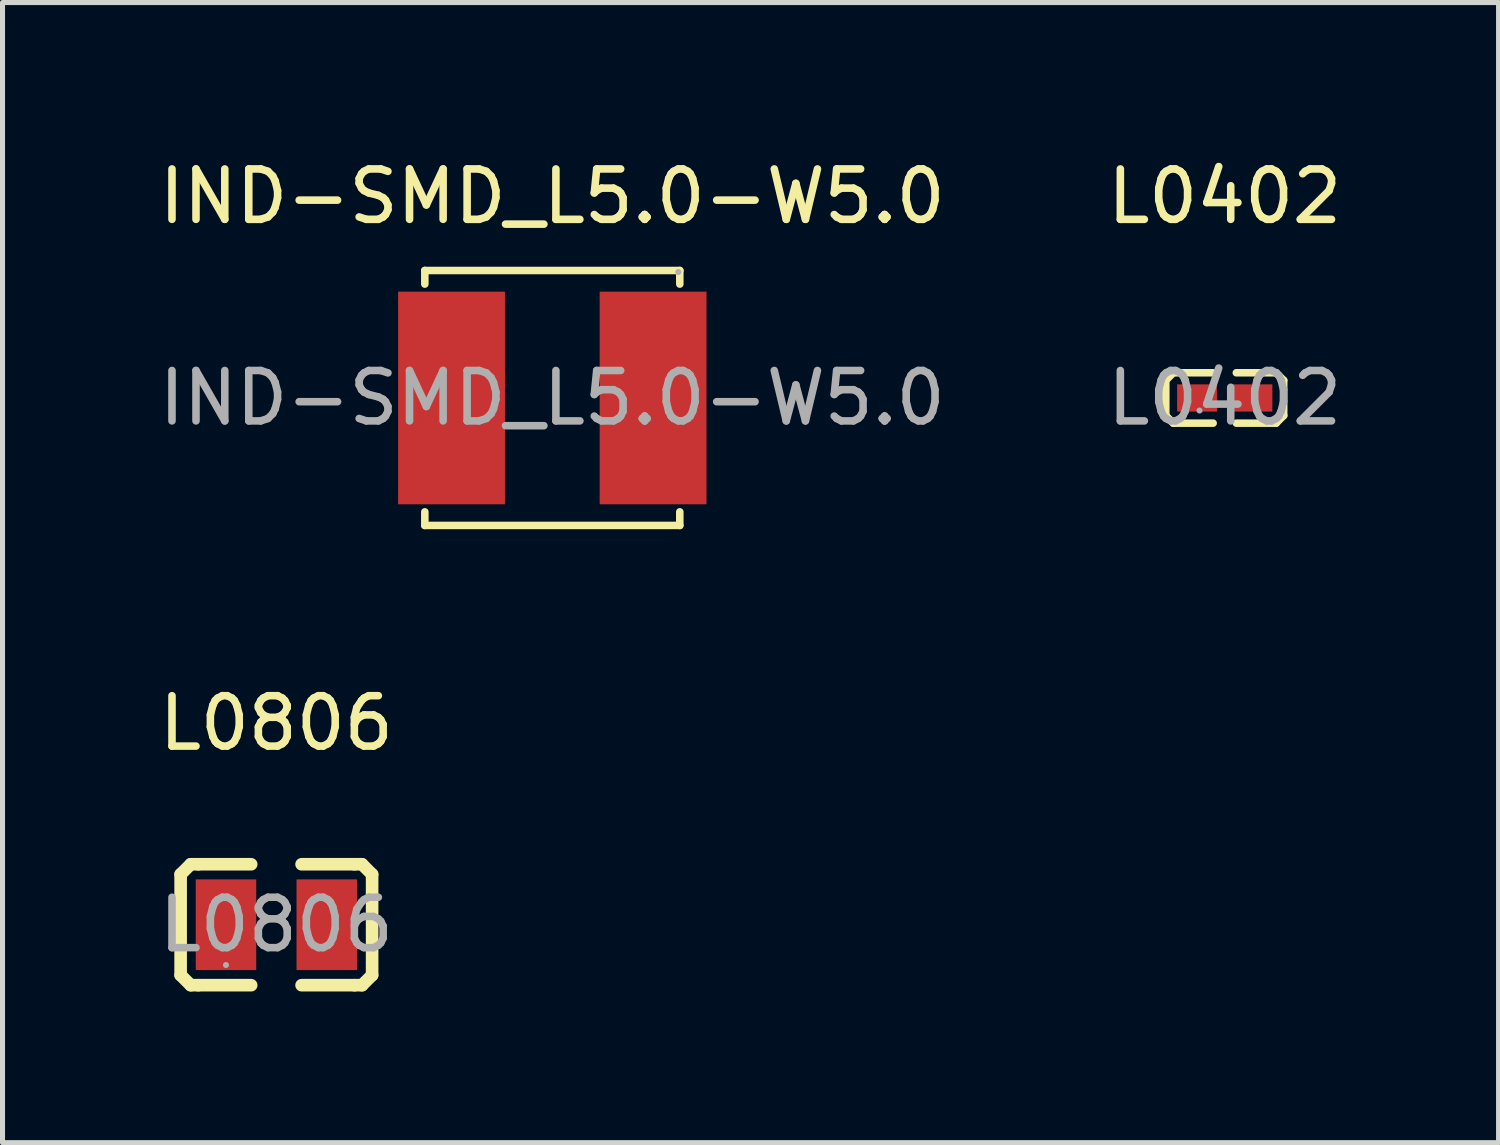
<source format=kicad_pcb>
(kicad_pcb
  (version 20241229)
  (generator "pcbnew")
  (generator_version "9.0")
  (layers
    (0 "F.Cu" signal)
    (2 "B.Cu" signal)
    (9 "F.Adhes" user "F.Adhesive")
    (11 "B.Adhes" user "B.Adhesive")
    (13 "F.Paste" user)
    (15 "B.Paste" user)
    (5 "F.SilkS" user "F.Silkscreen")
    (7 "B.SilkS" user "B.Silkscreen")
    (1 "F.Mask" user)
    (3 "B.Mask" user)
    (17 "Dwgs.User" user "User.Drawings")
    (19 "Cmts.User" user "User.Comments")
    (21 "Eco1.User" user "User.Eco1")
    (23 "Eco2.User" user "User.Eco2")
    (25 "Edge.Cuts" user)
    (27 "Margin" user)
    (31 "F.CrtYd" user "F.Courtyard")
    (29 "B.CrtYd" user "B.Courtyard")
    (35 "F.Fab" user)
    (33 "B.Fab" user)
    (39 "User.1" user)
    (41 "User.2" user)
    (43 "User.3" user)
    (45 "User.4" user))
  (footprint "L0806"
    (layer "F.Cu")
    (at 2.435 15.302)
    (property "Reference" "L0806" (at 0 -4 0) (layer "F.SilkS") (effects (font (size 1 1) (thickness 0.15))))
    (attr through_hole)
    (fp_line (start -1.9 -1) (end -1.9 1) (stroke (width 0.25) (type solid)) (layer "F.SilkS"))
    (fp_line (start -1.7 -1.2) (end -1.9 -1) (stroke (width 0.25) (type solid)) (layer "F.SilkS"))
    (fp_line (start -1.7 1.2) (end -1.9 1) (stroke (width 0.25) (type solid)) (layer "F.SilkS"))
    (fp_line (start -1.55 -1.2) (end -1.7 -1.2) (stroke (width 0.25) (type solid)) (layer "F.SilkS"))
    (fp_line (start -1.55 1.2) (end -1.7 1.2) (stroke (width 0.25) (type solid)) (layer "F.SilkS"))
    (fp_line (start -0.5 -1.2) (end -1.55 -1.2) (stroke (width 0.25) (type solid)) (layer "F.SilkS"))
    (fp_line (start -0.5 1.2) (end -1.55 1.2) (stroke (width 0.25) (type solid)) (layer "F.SilkS"))
    (fp_line (start 0.5 -1.2) (end 1.55 -1.2) (stroke (width 0.25) (type solid)) (layer "F.SilkS"))
    (fp_line (start 0.5 1.2) (end 1.55 1.2) (stroke (width 0.25) (type solid)) (layer "F.SilkS"))
    (fp_line (start 1.55 -1.2) (end 1.7 -1.2) (stroke (width 0.25) (type solid)) (layer "F.SilkS"))
    (fp_line (start 1.55 1.2) (end 1.7 1.2) (stroke (width 0.25) (type solid)) (layer "F.SilkS"))
    (fp_line (start 1.7 -1.2) (end 1.9 -1) (stroke (width 0.25) (type solid)) (layer "F.SilkS"))
    (fp_line (start 1.7 1.2) (end 1.9 1) (stroke (width 0.25) (type solid)) (layer "F.SilkS"))
    (fp_line (start 1.9 -1) (end 1.9 1) (stroke (width 0.25) (type solid)) (layer "F.SilkS"))
    (fp_circle (center -1 0.8) (end -0.97 0.8) (stroke (width 0.06) (type solid)) (fill no) (layer "F.Fab"))
    (fp_text user "${REFERENCE}" (at 0 0 0) (layer "F.Fab") (effects (font (size 1 1) (thickness 0.15))))
    (pad "1" smd rect (at -1 0) (size 1.2 1.8) (layers "F.Cu" "F.Mask" "F.Paste"))
    (pad "2" smd rect (at 1 0) (size 1.2 1.8) (layers "F.Cu" "F.Mask" "F.Paste")))
  (footprint "L0402"
    (layer "F.Cu")
    (at 21.256 4.848)
    (property "Reference" "L0402" (at 0 -4 0) (layer "F.SilkS") (effects (font (size 1 1) (thickness 0.15))))
    (attr through_hole)
    (fp_line (start -1.17 -0.35) (end -1.02 -0.5) (stroke (width 0.15) (type solid)) (layer "F.SilkS"))
    (fp_line (start -1.17 0.35) (end -1.17 -0.35) (stroke (width 0.15) (type solid)) (layer "F.SilkS"))
    (fp_line (start -1.02 -0.5) (end -0.23 -0.5) (stroke (width 0.15) (type solid)) (layer "F.SilkS"))
    (fp_line (start -1.02 0.5) (end -1.17 0.35) (stroke (width 0.15) (type solid)) (layer "F.SilkS"))
    (fp_line (start -0.23 0.5) (end -1.02 0.5) (stroke (width 0.15) (type solid)) (layer "F.SilkS"))
    (fp_line (start 0.23 0.5) (end 1.02 0.5) (stroke (width 0.15) (type solid)) (layer "F.SilkS"))
    (fp_line (start 1.02 -0.5) (end 0.23 -0.5) (stroke (width 0.15) (type solid)) (layer "F.SilkS"))
    (fp_line (start 1.02 0.5) (end 1.17 0.35) (stroke (width 0.15) (type solid)) (layer "F.SilkS"))
    (fp_line (start 1.17 -0.35) (end 1.02 -0.5) (stroke (width 0.15) (type solid)) (layer "F.SilkS"))
    (fp_line (start 1.17 0.35) (end 1.17 -0.35) (stroke (width 0.15) (type solid)) (layer "F.SilkS"))
    (fp_circle (center -0.5 0.25) (end -0.47 0.25) (stroke (width 0.06) (type solid)) (fill no) (layer "F.Fab"))
    (fp_text user "${REFERENCE}" (at 0 0 0) (layer "F.Fab") (effects (font (size 1 1) (thickness 0.15))))
    (pad "1" smd rect (at -0.55 0) (size 0.79 0.54) (layers "F.Cu" "F.Mask" "F.Paste"))
    (pad "2" smd rect (at 0.55 0) (size 0.79 0.54) (layers "F.Cu" "F.Mask" "F.Paste")))
  (footprint "IND-SMD_L5.0-W5.0"
    (layer "F.Cu")
    (at 7.911 4.848)
    (property "Reference" "IND-SMD_L5.0-W5.0" (at 0 -4 0) (layer "F.SilkS") (effects (font (size 1 1) (thickness 0.15))))
    (attr through_hole)
    (fp_line (start -2.53 -2.53) (end 2.53 -2.53) (stroke (width 0.15) (type solid)) (layer "F.SilkS"))
    (fp_line (start -2.53 -2.26) (end -2.53 -2.53) (stroke (width 0.15) (type solid)) (layer "F.SilkS"))
    (fp_line (start -2.53 2.26) (end -2.53 2.53) (stroke (width 0.15) (type solid)) (layer "F.SilkS"))
    (fp_line (start -2.53 2.53) (end 2.53 2.53) (stroke (width 0.15) (type solid)) (layer "F.SilkS"))
    (fp_line (start 2.53 -2.53) (end 2.53 -2.26) (stroke (width 0.15) (type solid)) (layer "F.SilkS"))
    (fp_line (start 2.53 2.53) (end 2.53 2.26) (stroke (width 0.15) (type solid)) (layer "F.SilkS"))
    (fp_circle (center 2.5 -2.5) (end 2.53 -2.5) (stroke (width 0.06) (type solid)) (fill no) (layer "F.Fab"))
    (fp_text user "${REFERENCE}" (at 0 0 0) (layer "F.Fab") (effects (font (size 1 1) (thickness 0.15))))
    (pad "1" smd rect (at 2 0) (size 2.12 4.22) (layers "F.Cu" "F.Mask" "F.Paste"))
    (pad "2" smd rect (at -2 0) (size 2.12 4.22) (layers "F.Cu" "F.Mask" "F.Paste")))
  (gr_rect
    (start -3 -3)
    (end 26.69 19.627)
    (stroke (width 0.1) (type default))
    (fill no)
    (layer "Edge.Cuts")))
</source>
